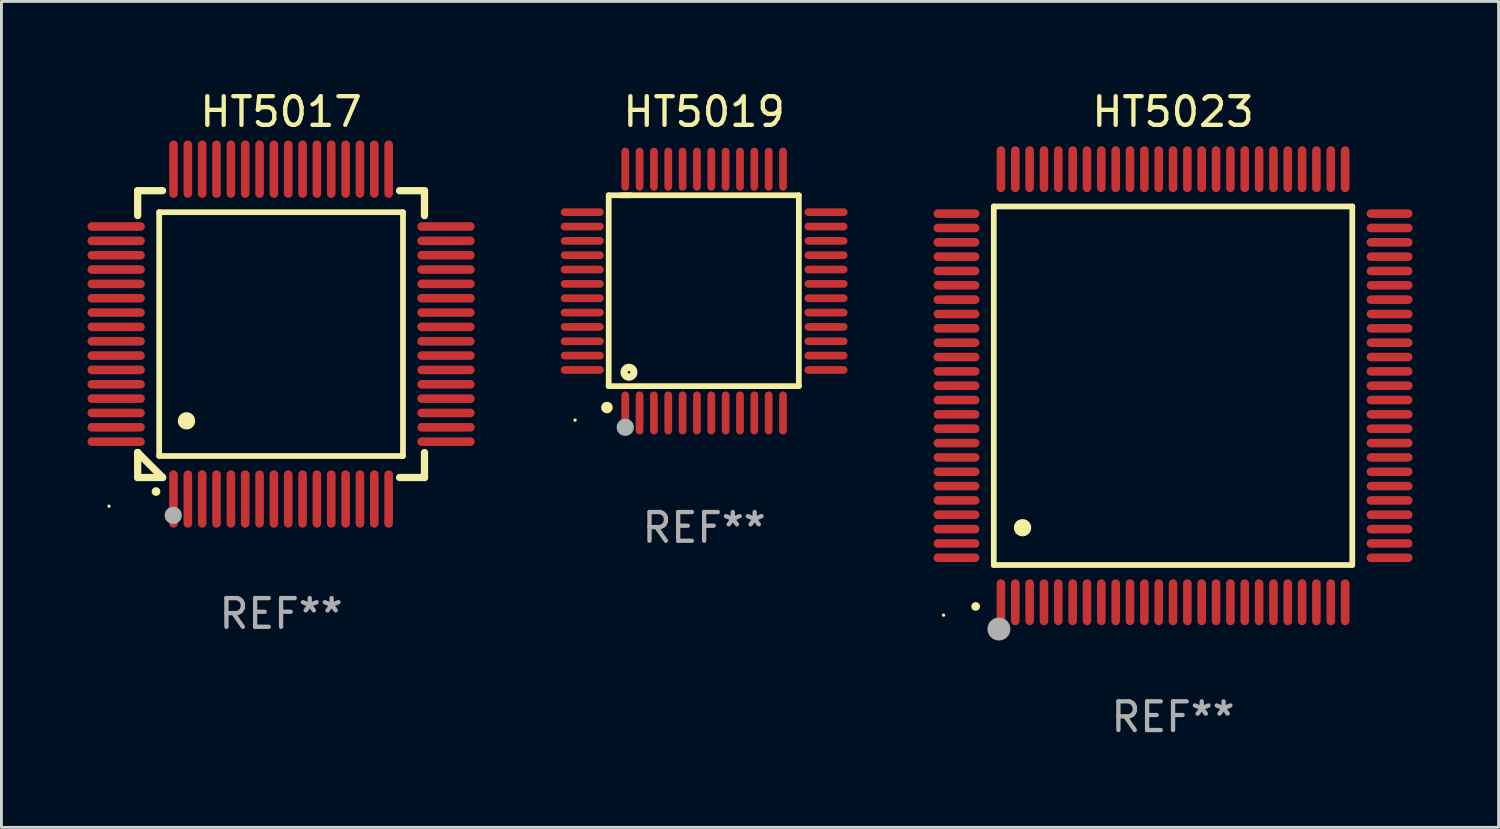
<source format=kicad_pcb>
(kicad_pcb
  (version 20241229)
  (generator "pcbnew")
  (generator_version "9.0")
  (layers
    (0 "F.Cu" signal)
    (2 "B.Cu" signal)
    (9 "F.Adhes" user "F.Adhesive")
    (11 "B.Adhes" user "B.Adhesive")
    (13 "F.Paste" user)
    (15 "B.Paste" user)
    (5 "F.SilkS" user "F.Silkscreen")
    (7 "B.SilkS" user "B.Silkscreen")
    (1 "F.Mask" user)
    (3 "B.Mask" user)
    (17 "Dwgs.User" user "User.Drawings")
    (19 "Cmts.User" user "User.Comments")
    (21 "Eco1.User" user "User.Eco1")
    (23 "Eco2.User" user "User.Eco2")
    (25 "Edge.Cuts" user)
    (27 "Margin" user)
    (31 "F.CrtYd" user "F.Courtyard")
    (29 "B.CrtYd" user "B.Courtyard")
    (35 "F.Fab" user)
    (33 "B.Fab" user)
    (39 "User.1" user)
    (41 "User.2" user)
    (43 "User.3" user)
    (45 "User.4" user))
  (footprint "HT5023"
    (layer "F.Cu")
    (at 37.849 10.398)
    (property "Reference" "HT5023" (at 0 -9.55 0) (layer "F.SilkS") (effects (font (size 1 1) (thickness 0.15))))
    (attr through_hole)
    (fp_line (start -6.25 -6.25) (end -6.25 6.25) (stroke (width 0.2) (type solid)) (layer "F.SilkS"))
    (fp_line (start -6.25 6.25) (end 6.25 6.25) (stroke (width 0.2) (type solid)) (layer "F.SilkS"))
    (fp_line (start 6.25 -6.25) (end -6.25 -6.25) (stroke (width 0.2) (type solid)) (layer "F.SilkS"))
    (fp_line (start 6.25 6.25) (end 6.25 -6.25) (stroke (width 0.2) (type solid)) (layer "F.SilkS"))
    (fp_arc (start -6.883414 7.696215) (mid -6.882144 7.69621) (end -6.880874 7.696215) (stroke (width 0.3) (type solid)) (layer "F.SilkS"))
    (fp_arc (start -5.250191 4.95047) (mid -5.247651 4.950459) (end -5.245111 4.95047) (stroke (width 0.6) (type solid)) (layer "F.SilkS"))
    (fp_circle (center -8 8) (end -7.97 8) (stroke (width 0.06) (type solid)) (fill no) (layer "F.SilkS"))
    (fp_circle (center -6.071 8.484) (end -5.871 8.484) (stroke (width 0.4) (type solid)) (fill no) (layer "F.Fab"))
    (fp_text user "REF**" (at 0 11.55 0) (layer "F.Fab") (effects (font (size 1 1) (thickness 0.15))))
    (pad "1" smd oval (at -6 7.55) (size 0.3 1.6) (layers "F.Cu" "F.Mask" "F.Paste"))
    (pad "2" smd oval (at -5.5 7.55) (size 0.3 1.6) (layers "F.Cu" "F.Mask" "F.Paste"))
    (pad "3" smd oval (at -5 7.55) (size 0.3 1.6) (layers "F.Cu" "F.Mask" "F.Paste"))
    (pad "4" smd oval (at -4.5 7.55) (size 0.3 1.6) (layers "F.Cu" "F.Mask" "F.Paste"))
    (pad "5" smd oval (at -4 7.55) (size 0.3 1.6) (layers "F.Cu" "F.Mask" "F.Paste"))
    (pad "6" smd oval (at -3.5 7.55) (size 0.3 1.6) (layers "F.Cu" "F.Mask" "F.Paste"))
    (pad "7" smd oval (at -3 7.55) (size 0.3 1.6) (layers "F.Cu" "F.Mask" "F.Paste"))
    (pad "8" smd oval (at -2.5 7.55) (size 0.3 1.6) (layers "F.Cu" "F.Mask" "F.Paste"))
    (pad "9" smd oval (at -2 7.55) (size 0.3 1.6) (layers "F.Cu" "F.Mask" "F.Paste"))
    (pad "10" smd oval (at -1.5 7.55) (size 0.3 1.6) (layers "F.Cu" "F.Mask" "F.Paste"))
    (pad "11" smd oval (at -1 7.55) (size 0.3 1.6) (layers "F.Cu" "F.Mask" "F.Paste"))
    (pad "12" smd oval (at -0.5 7.55) (size 0.3 1.6) (layers "F.Cu" "F.Mask" "F.Paste"))
    (pad "13" smd oval (at 0 7.55) (size 0.3 1.6) (layers "F.Cu" "F.Mask" "F.Paste"))
    (pad "14" smd oval (at 0.5 7.55) (size 0.3 1.6) (layers "F.Cu" "F.Mask" "F.Paste"))
    (pad "15" smd oval (at 1 7.55) (size 0.3 1.6) (layers "F.Cu" "F.Mask" "F.Paste"))
    (pad "16" smd oval (at 1.5 7.55) (size 0.3 1.6) (layers "F.Cu" "F.Mask" "F.Paste"))
    (pad "17" smd oval (at 2 7.55) (size 0.3 1.6) (layers "F.Cu" "F.Mask" "F.Paste"))
    (pad "18" smd oval (at 2.5 7.55) (size 0.3 1.6) (layers "F.Cu" "F.Mask" "F.Paste"))
    (pad "19" smd oval (at 3 7.55) (size 0.3 1.6) (layers "F.Cu" "F.Mask" "F.Paste"))
    (pad "20" smd oval (at 3.5 7.55) (size 0.3 1.6) (layers "F.Cu" "F.Mask" "F.Paste"))
    (pad "21" smd oval (at 4 7.55) (size 0.3 1.6) (layers "F.Cu" "F.Mask" "F.Paste"))
    (pad "22" smd oval (at 4.5 7.55) (size 0.3 1.6) (layers "F.Cu" "F.Mask" "F.Paste"))
    (pad "23" smd oval (at 5 7.55) (size 0.3 1.6) (layers "F.Cu" "F.Mask" "F.Paste"))
    (pad "24" smd oval (at 5.5 7.55) (size 0.3 1.6) (layers "F.Cu" "F.Mask" "F.Paste"))
    (pad "25" smd oval (at 6 7.55) (size 0.3 1.6) (layers "F.Cu" "F.Mask" "F.Paste"))
    (pad "26" smd oval (at 7.55 6) (size 1.6 0.3) (layers "F.Cu" "F.Mask" "F.Paste"))
    (pad "27" smd oval (at 7.55 5.5) (size 1.6 0.3) (layers "F.Cu" "F.Mask" "F.Paste"))
    (pad "28" smd oval (at 7.55 5) (size 1.6 0.3) (layers "F.Cu" "F.Mask" "F.Paste"))
    (pad "29" smd oval (at 7.55 4.5) (size 1.6 0.3) (layers "F.Cu" "F.Mask" "F.Paste"))
    (pad "30" smd oval (at 7.55 4) (size 1.6 0.3) (layers "F.Cu" "F.Mask" "F.Paste"))
    (pad "31" smd oval (at 7.55 3.5) (size 1.6 0.3) (layers "F.Cu" "F.Mask" "F.Paste"))
    (pad "32" smd oval (at 7.55 3) (size 1.6 0.3) (layers "F.Cu" "F.Mask" "F.Paste"))
    (pad "33" smd oval (at 7.55 2.5) (size 1.6 0.3) (layers "F.Cu" "F.Mask" "F.Paste"))
    (pad "34" smd oval (at 7.55 2) (size 1.6 0.3) (layers "F.Cu" "F.Mask" "F.Paste"))
    (pad "35" smd oval (at 7.55 1.5) (size 1.6 0.3) (layers "F.Cu" "F.Mask" "F.Paste"))
    (pad "36" smd oval (at 7.55 1) (size 1.6 0.3) (layers "F.Cu" "F.Mask" "F.Paste"))
    (pad "37" smd oval (at 7.55 0.5) (size 1.6 0.3) (layers "F.Cu" "F.Mask" "F.Paste"))
    (pad "38" smd oval (at 7.55 0) (size 1.6 0.3) (layers "F.Cu" "F.Mask" "F.Paste"))
    (pad "39" smd oval (at 7.55 -0.5) (size 1.6 0.3) (layers "F.Cu" "F.Mask" "F.Paste"))
    (pad "40" smd oval (at 7.55 -1) (size 1.6 0.3) (layers "F.Cu" "F.Mask" "F.Paste"))
    (pad "41" smd oval (at 7.55 -1.5) (size 1.6 0.3) (layers "F.Cu" "F.Mask" "F.Paste"))
    (pad "42" smd oval (at 7.55 -2) (size 1.6 0.3) (layers "F.Cu" "F.Mask" "F.Paste"))
    (pad "43" smd oval (at 7.55 -2.5) (size 1.6 0.3) (layers "F.Cu" "F.Mask" "F.Paste"))
    (pad "44" smd oval (at 7.55 -3) (size 1.6 0.3) (layers "F.Cu" "F.Mask" "F.Paste"))
    (pad "45" smd oval (at 7.55 -3.5) (size 1.6 0.3) (layers "F.Cu" "F.Mask" "F.Paste"))
    (pad "46" smd oval (at 7.55 -4) (size 1.6 0.3) (layers "F.Cu" "F.Mask" "F.Paste"))
    (pad "47" smd oval (at 7.55 -4.5) (size 1.6 0.3) (layers "F.Cu" "F.Mask" "F.Paste"))
    (pad "48" smd oval (at 7.55 -5) (size 1.6 0.3) (layers "F.Cu" "F.Mask" "F.Paste"))
    (pad "49" smd oval (at 7.55 -5.5) (size 1.6 0.3) (layers "F.Cu" "F.Mask" "F.Paste"))
    (pad "50" smd oval (at 7.55 -6) (size 1.6 0.3) (layers "F.Cu" "F.Mask" "F.Paste"))
    (pad "51" smd oval (at 6 -7.55) (size 0.3 1.6) (layers "F.Cu" "F.Mask" "F.Paste"))
    (pad "52" smd oval (at 5.5 -7.55) (size 0.3 1.6) (layers "F.Cu" "F.Mask" "F.Paste"))
    (pad "53" smd oval (at 5 -7.55) (size 0.3 1.6) (layers "F.Cu" "F.Mask" "F.Paste"))
    (pad "54" smd oval (at 4.5 -7.55) (size 0.3 1.6) (layers "F.Cu" "F.Mask" "F.Paste"))
    (pad "55" smd oval (at 4 -7.55) (size 0.3 1.6) (layers "F.Cu" "F.Mask" "F.Paste"))
    (pad "56" smd oval (at 3.5 -7.55) (size 0.3 1.6) (layers "F.Cu" "F.Mask" "F.Paste"))
    (pad "57" smd oval (at 3 -7.55) (size 0.3 1.6) (layers "F.Cu" "F.Mask" "F.Paste"))
    (pad "58" smd oval (at 2.5 -7.55) (size 0.3 1.6) (layers "F.Cu" "F.Mask" "F.Paste"))
    (pad "59" smd oval (at 2 -7.55) (size 0.3 1.6) (layers "F.Cu" "F.Mask" "F.Paste"))
    (pad "60" smd oval (at 1.5 -7.55) (size 0.3 1.6) (layers "F.Cu" "F.Mask" "F.Paste"))
    (pad "61" smd oval (at 1 -7.55) (size 0.3 1.6) (layers "F.Cu" "F.Mask" "F.Paste"))
    (pad "62" smd oval (at 0.5 -7.55) (size 0.3 1.6) (layers "F.Cu" "F.Mask" "F.Paste"))
    (pad "63" smd oval (at 0 -7.55) (size 0.3 1.6) (layers "F.Cu" "F.Mask" "F.Paste"))
    (pad "64" smd oval (at -0.5 -7.55) (size 0.3 1.6) (layers "F.Cu" "F.Mask" "F.Paste"))
    (pad "65" smd oval (at -1 -7.55) (size 0.3 1.6) (layers "F.Cu" "F.Mask" "F.Paste"))
    (pad "66" smd oval (at -1.5 -7.55) (size 0.3 1.6) (layers "F.Cu" "F.Mask" "F.Paste"))
    (pad "67" smd oval (at -2 -7.55) (size 0.3 1.6) (layers "F.Cu" "F.Mask" "F.Paste"))
    (pad "68" smd oval (at -2.5 -7.55) (size 0.3 1.6) (layers "F.Cu" "F.Mask" "F.Paste"))
    (pad "69" smd oval (at -3 -7.55) (size 0.3 1.6) (layers "F.Cu" "F.Mask" "F.Paste"))
    (pad "70" smd oval (at -3.5 -7.55) (size 0.3 1.6) (layers "F.Cu" "F.Mask" "F.Paste"))
    (pad "71" smd oval (at -4 -7.55) (size 0.3 1.6) (layers "F.Cu" "F.Mask" "F.Paste"))
    (pad "72" smd oval (at -4.5 -7.55) (size 0.3 1.6) (layers "F.Cu" "F.Mask" "F.Paste"))
    (pad "73" smd oval (at -5 -7.55) (size 0.3 1.6) (layers "F.Cu" "F.Mask" "F.Paste"))
    (pad "74" smd oval (at -5.5 -7.55) (size 0.3 1.6) (layers "F.Cu" "F.Mask" "F.Paste"))
    (pad "75" smd oval (at -6 -7.55) (size 0.3 1.6) (layers "F.Cu" "F.Mask" "F.Paste"))
    (pad "76" smd oval (at -7.55 -6) (size 1.6 0.3) (layers "F.Cu" "F.Mask" "F.Paste"))
    (pad "77" smd oval (at -7.55 -5.5) (size 1.6 0.3) (layers "F.Cu" "F.Mask" "F.Paste"))
    (pad "78" smd oval (at -7.55 -5) (size 1.6 0.3) (layers "F.Cu" "F.Mask" "F.Paste"))
    (pad "79" smd oval (at -7.55 -4.5) (size 1.6 0.3) (layers "F.Cu" "F.Mask" "F.Paste"))
    (pad "80" smd oval (at -7.55 -4) (size 1.6 0.3) (layers "F.Cu" "F.Mask" "F.Paste"))
    (pad "81" smd oval (at -7.55 -3.5) (size 1.6 0.3) (layers "F.Cu" "F.Mask" "F.Paste"))
    (pad "82" smd oval (at -7.55 -3) (size 1.6 0.3) (layers "F.Cu" "F.Mask" "F.Paste"))
    (pad "83" smd oval (at -7.55 -2.5) (size 1.6 0.3) (layers "F.Cu" "F.Mask" "F.Paste"))
    (pad "84" smd oval (at -7.55 -2) (size 1.6 0.3) (layers "F.Cu" "F.Mask" "F.Paste"))
    (pad "85" smd oval (at -7.55 -1.5) (size 1.6 0.3) (layers "F.Cu" "F.Mask" "F.Paste"))
    (pad "86" smd oval (at -7.55 -1) (size 1.6 0.3) (layers "F.Cu" "F.Mask" "F.Paste"))
    (pad "87" smd oval (at -7.55 -0.5) (size 1.6 0.3) (layers "F.Cu" "F.Mask" "F.Paste"))
    (pad "88" smd oval (at -7.55 0) (size 1.6 0.3) (layers "F.Cu" "F.Mask" "F.Paste"))
    (pad "89" smd oval (at -7.55 0.5) (size 1.6 0.3) (layers "F.Cu" "F.Mask" "F.Paste"))
    (pad "90" smd oval (at -7.55 1) (size 1.6 0.3) (layers "F.Cu" "F.Mask" "F.Paste"))
    (pad "91" smd oval (at -7.55 1.5) (size 1.6 0.3) (layers "F.Cu" "F.Mask" "F.Paste"))
    (pad "92" smd oval (at -7.55 2) (size 1.6 0.3) (layers "F.Cu" "F.Mask" "F.Paste"))
    (pad "93" smd oval (at -7.55 2.5) (size 1.6 0.3) (layers "F.Cu" "F.Mask" "F.Paste"))
    (pad "94" smd oval (at -7.55 3) (size 1.6 0.3) (layers "F.Cu" "F.Mask" "F.Paste"))
    (pad "95" smd oval (at -7.55 3.5) (size 1.6 0.3) (layers "F.Cu" "F.Mask" "F.Paste"))
    (pad "96" smd oval (at -7.55 4) (size 1.6 0.3) (layers "F.Cu" "F.Mask" "F.Paste"))
    (pad "97" smd oval (at -7.55 4.5) (size 1.6 0.3) (layers "F.Cu" "F.Mask" "F.Paste"))
    (pad "98" smd oval (at -7.55 5) (size 1.6 0.3) (layers "F.Cu" "F.Mask" "F.Paste"))
    (pad "99" smd oval (at -7.55 5.5) (size 1.6 0.3) (layers "F.Cu" "F.Mask" "F.Paste"))
    (pad "100" smd oval (at -7.55 6) (size 1.6 0.3) (layers "F.Cu" "F.Mask" "F.Paste")))
  (footprint "HT5017"
    (layer "F.Cu")
    (at 6.75 8.598)
    (property "Reference" "HT5017" (at 0 -7.75 0) (layer "F.SilkS") (effects (font (size 1 1) (thickness 0.15))))
    (attr through_hole)
    (fp_line (start -5 -5) (end -4.131 -5) (stroke (width 0.254) (type solid)) (layer "F.SilkS"))
    (fp_line (start -5 -4.131) (end -5 -5) (stroke (width 0.254) (type solid)) (layer "F.SilkS"))
    (fp_line (start -5 4.131) (end -5 4.131) (stroke (width 0.254) (type solid)) (layer "F.SilkS"))
    (fp_line (start -5 5) (end -5 4.131) (stroke (width 0.254) (type solid)) (layer "F.SilkS"))
    (fp_line (start -5 4.131) (end -4.131 5) (stroke (width 0.254) (type solid)) (layer "F.SilkS"))
    (fp_line (start -4.25 -4.25) (end -4.25 4.25) (stroke (width 0.2) (type solid)) (layer "F.SilkS"))
    (fp_line (start -4.25 4.25) (end 4.25 4.25) (stroke (width 0.2) (type solid)) (layer "F.SilkS"))
    (fp_line (start -4.131 5) (end -5 5) (stroke (width 0.254) (type solid)) (layer "F.SilkS"))
    (fp_line (start 4.25 -4.25) (end -4.25 -4.25) (stroke (width 0.2) (type solid)) (layer "F.SilkS"))
    (fp_line (start 4.25 4.25) (end 4.25 -4.25) (stroke (width 0.2) (type solid)) (layer "F.SilkS"))
    (fp_line (start 5 -5) (end 4.131 -5) (stroke (width 0.254) (type solid)) (layer "F.SilkS"))
    (fp_line (start 5 -5) (end 5 -4.131) (stroke (width 0.254) (type solid)) (layer "F.SilkS"))
    (fp_line (start 5 4.131) (end 5 5) (stroke (width 0.254) (type solid)) (layer "F.SilkS"))
    (fp_line (start 5 5) (end 4.131 5) (stroke (width 0.254) (type solid)) (layer "F.SilkS"))
    (fp_arc (start -4.361265 5.489992) (mid -4.359995 5.489987) (end -4.358725 5.489992) (stroke (width 0.3) (type solid)) (layer "F.SilkS"))
    (fp_arc (start -3.299467 3.025146) (mid -3.296927 3.025135) (end -3.294387 3.025146) (stroke (width 0.6) (type solid)) (layer "F.SilkS"))
    (fp_circle (center -6 6) (end -5.97 6) (stroke (width 0.06) (type solid)) (fill no) (layer "F.SilkS"))
    (fp_circle (center -3.76 6.32) (end -3.61 6.32) (stroke (width 0.3) (type solid)) (fill no) (layer "F.Fab"))
    (fp_text user "REF**" (at 0 9.75 0) (layer "F.Fab") (effects (font (size 1 1) (thickness 0.15))))
    (pad "1" smd oval (at -3.75 5.75) (size 0.3 2) (layers "F.Cu" "F.Mask" "F.Paste"))
    (pad "2" smd oval (at -3.25 5.75) (size 0.3 2) (layers "F.Cu" "F.Mask" "F.Paste"))
    (pad "3" smd oval (at -2.75 5.75) (size 0.3 2) (layers "F.Cu" "F.Mask" "F.Paste"))
    (pad "4" smd oval (at -2.25 5.75) (size 0.3 2) (layers "F.Cu" "F.Mask" "F.Paste"))
    (pad "5" smd oval (at -1.75 5.75) (size 0.3 2) (layers "F.Cu" "F.Mask" "F.Paste"))
    (pad "6" smd oval (at -1.25 5.75) (size 0.3 2) (layers "F.Cu" "F.Mask" "F.Paste"))
    (pad "7" smd oval (at -0.75 5.75) (size 0.3 2) (layers "F.Cu" "F.Mask" "F.Paste"))
    (pad "8" smd oval (at -0.25 5.75) (size 0.3 2) (layers "F.Cu" "F.Mask" "F.Paste"))
    (pad "9" smd oval (at 0.25 5.75) (size 0.3 2) (layers "F.Cu" "F.Mask" "F.Paste"))
    (pad "10" smd oval (at 0.75 5.75) (size 0.3 2) (layers "F.Cu" "F.Mask" "F.Paste"))
    (pad "11" smd oval (at 1.25 5.75) (size 0.3 2) (layers "F.Cu" "F.Mask" "F.Paste"))
    (pad "12" smd oval (at 1.75 5.75) (size 0.3 2) (layers "F.Cu" "F.Mask" "F.Paste"))
    (pad "13" smd oval (at 2.25 5.75) (size 0.3 2) (layers "F.Cu" "F.Mask" "F.Paste"))
    (pad "14" smd oval (at 2.75 5.75) (size 0.3 2) (layers "F.Cu" "F.Mask" "F.Paste"))
    (pad "15" smd oval (at 3.25 5.75) (size 0.3 2) (layers "F.Cu" "F.Mask" "F.Paste"))
    (pad "16" smd oval (at 3.75 5.75) (size 0.3 2) (layers "F.Cu" "F.Mask" "F.Paste"))
    (pad "17" smd oval (at 5.75 3.75) (size 2 0.3) (layers "F.Cu" "F.Mask" "F.Paste"))
    (pad "18" smd oval (at 5.75 3.25) (size 2 0.3) (layers "F.Cu" "F.Mask" "F.Paste"))
    (pad "19" smd oval (at 5.75 2.75) (size 2 0.3) (layers "F.Cu" "F.Mask" "F.Paste"))
    (pad "20" smd oval (at 5.75 2.25) (size 2 0.3) (layers "F.Cu" "F.Mask" "F.Paste"))
    (pad "21" smd oval (at 5.75 1.75) (size 2 0.3) (layers "F.Cu" "F.Mask" "F.Paste"))
    (pad "22" smd oval (at 5.75 1.25) (size 2 0.3) (layers "F.Cu" "F.Mask" "F.Paste"))
    (pad "23" smd oval (at 5.75 0.75) (size 2 0.3) (layers "F.Cu" "F.Mask" "F.Paste"))
    (pad "24" smd oval (at 5.75 0.25) (size 2 0.3) (layers "F.Cu" "F.Mask" "F.Paste"))
    (pad "25" smd oval (at 5.75 -0.25) (size 2 0.3) (layers "F.Cu" "F.Mask" "F.Paste"))
    (pad "26" smd oval (at 5.75 -0.75) (size 2 0.3) (layers "F.Cu" "F.Mask" "F.Paste"))
    (pad "27" smd oval (at 5.75 -1.25) (size 2 0.3) (layers "F.Cu" "F.Mask" "F.Paste"))
    (pad "28" smd oval (at 5.75 -1.75) (size 2 0.3) (layers "F.Cu" "F.Mask" "F.Paste"))
    (pad "29" smd oval (at 5.75 -2.25) (size 2 0.3) (layers "F.Cu" "F.Mask" "F.Paste"))
    (pad "30" smd oval (at 5.75 -2.75) (size 2 0.3) (layers "F.Cu" "F.Mask" "F.Paste"))
    (pad "31" smd oval (at 5.75 -3.25) (size 2 0.3) (layers "F.Cu" "F.Mask" "F.Paste"))
    (pad "32" smd oval (at 5.75 -3.75) (size 2 0.3) (layers "F.Cu" "F.Mask" "F.Paste"))
    (pad "33" smd oval (at 3.75 -5.75) (size 0.3 2) (layers "F.Cu" "F.Mask" "F.Paste"))
    (pad "34" smd oval (at 3.25 -5.75) (size 0.3 2) (layers "F.Cu" "F.Mask" "F.Paste"))
    (pad "35" smd oval (at 2.75 -5.75) (size 0.3 2) (layers "F.Cu" "F.Mask" "F.Paste"))
    (pad "36" smd oval (at 2.25 -5.75) (size 0.3 2) (layers "F.Cu" "F.Mask" "F.Paste"))
    (pad "37" smd oval (at 1.75 -5.75) (size 0.3 2) (layers "F.Cu" "F.Mask" "F.Paste"))
    (pad "38" smd oval (at 1.25 -5.75) (size 0.3 2) (layers "F.Cu" "F.Mask" "F.Paste"))
    (pad "39" smd oval (at 0.75 -5.75) (size 0.3 2) (layers "F.Cu" "F.Mask" "F.Paste"))
    (pad "40" smd oval (at 0.25 -5.75) (size 0.3 2) (layers "F.Cu" "F.Mask" "F.Paste"))
    (pad "41" smd oval (at -0.25 -5.75) (size 0.3 2) (layers "F.Cu" "F.Mask" "F.Paste"))
    (pad "42" smd oval (at -0.75 -5.75) (size 0.3 2) (layers "F.Cu" "F.Mask" "F.Paste"))
    (pad "43" smd oval (at -1.25 -5.75) (size 0.3 2) (layers "F.Cu" "F.Mask" "F.Paste"))
    (pad "44" smd oval (at -1.75 -5.75) (size 0.3 2) (layers "F.Cu" "F.Mask" "F.Paste"))
    (pad "45" smd oval (at -2.25 -5.75) (size 0.3 2) (layers "F.Cu" "F.Mask" "F.Paste"))
    (pad "46" smd oval (at -2.75 -5.75) (size 0.3 2) (layers "F.Cu" "F.Mask" "F.Paste"))
    (pad "47" smd oval (at -3.25 -5.75) (size 0.3 2) (layers "F.Cu" "F.Mask" "F.Paste"))
    (pad "48" smd oval (at -3.75 -5.75) (size 0.3 2) (layers "F.Cu" "F.Mask" "F.Paste"))
    (pad "49" smd oval (at -5.75 -3.75) (size 2 0.3) (layers "F.Cu" "F.Mask" "F.Paste"))
    (pad "50" smd oval (at -5.75 -3.25) (size 2 0.3) (layers "F.Cu" "F.Mask" "F.Paste"))
    (pad "51" smd oval (at -5.75 -2.75) (size 2 0.3) (layers "F.Cu" "F.Mask" "F.Paste"))
    (pad "52" smd oval (at -5.75 -2.25) (size 2 0.3) (layers "F.Cu" "F.Mask" "F.Paste"))
    (pad "53" smd oval (at -5.75 -1.75) (size 2 0.3) (layers "F.Cu" "F.Mask" "F.Paste"))
    (pad "54" smd oval (at -5.75 -1.25) (size 2 0.3) (layers "F.Cu" "F.Mask" "F.Paste"))
    (pad "55" smd oval (at -5.75 -0.75) (size 2 0.3) (layers "F.Cu" "F.Mask" "F.Paste"))
    (pad "56" smd oval (at -5.75 -0.25) (size 2 0.3) (layers "F.Cu" "F.Mask" "F.Paste"))
    (pad "57" smd oval (at -5.75 0.25) (size 2 0.3) (layers "F.Cu" "F.Mask" "F.Paste"))
    (pad "58" smd oval (at -5.75 0.75) (size 2 0.3) (layers "F.Cu" "F.Mask" "F.Paste"))
    (pad "59" smd oval (at -5.75 1.25) (size 2 0.3) (layers "F.Cu" "F.Mask" "F.Paste"))
    (pad "60" smd oval (at -5.75 1.75) (size 2 0.3) (layers "F.Cu" "F.Mask" "F.Paste"))
    (pad "61" smd oval (at -5.75 2.25) (size 2 0.3) (layers "F.Cu" "F.Mask" "F.Paste"))
    (pad "62" smd oval (at -5.75 2.75) (size 2 0.3) (layers "F.Cu" "F.Mask" "F.Paste"))
    (pad "63" smd oval (at -5.75 3.25) (size 2 0.3) (layers "F.Cu" "F.Mask" "F.Paste"))
    (pad "64" smd oval (at -5.75 3.75) (size 2 0.3) (layers "F.Cu" "F.Mask" "F.Paste")))
  (footprint "HT5019"
    (layer "F.Cu")
    (at 21.5 7.098)
    (property "Reference" "HT5019" (at 0 -6.25 0) (layer "F.SilkS") (effects (font (size 1 1) (thickness 0.15))))
    (attr through_hole)
    (fp_line (start -3.327 -3.34) (end -2.565 -3.34) (stroke (width 0.2) (type solid)) (layer "F.SilkS"))
    (fp_line (start -3.327 3.315) (end -3.327 -3.34) (stroke (width 0.2) (type solid)) (layer "F.SilkS"))
    (fp_line (start -2.896 -3.34) (end 3.302 -3.34) (stroke (width 0.2) (type solid)) (layer "F.SilkS"))
    (fp_line (start 3.302 -3.34) (end 3.302 3.315) (stroke (width 0.2) (type solid)) (layer "F.SilkS"))
    (fp_line (start 3.302 3.315) (end -3.327 3.315) (stroke (width 0.2) (type solid)) (layer "F.SilkS"))
    (fp_arc (start -3.389992 4.059995) (mid -3.388722 4.059991) (end -3.387452 4.059995) (stroke (width 0.4) (type solid)) (layer "F.SilkS"))
    (fp_circle (center -4.5 4.5) (end -4.47 4.5) (stroke (width 0.06) (type solid)) (fill no) (layer "F.SilkS"))
    (fp_circle (center -2.62 2.83) (end -2.45 2.83) (stroke (width 0.254) (type solid)) (fill no) (layer "F.SilkS"))
    (fp_circle (center -2.75 4.75) (end -2.6 4.75) (stroke (width 0.3) (type solid)) (fill no) (layer "F.Fab"))
    (fp_text user "REF**" (at 0 8.25 0) (layer "F.Fab") (effects (font (size 1 1) (thickness 0.15))))
    (pad "1" smd oval (at -2.75 4.25) (size 0.27 1.5) (layers "F.Cu" "F.Mask" "F.Paste"))
    (pad "2" smd oval (at -2.25 4.25) (size 0.27 1.5) (layers "F.Cu" "F.Mask" "F.Paste"))
    (pad "3" smd oval (at -1.75 4.25) (size 0.27 1.5) (layers "F.Cu" "F.Mask" "F.Paste"))
    (pad "4" smd oval (at -1.25 4.25) (size 0.27 1.5) (layers "F.Cu" "F.Mask" "F.Paste"))
    (pad "5" smd oval (at -0.75 4.25) (size 0.27 1.5) (layers "F.Cu" "F.Mask" "F.Paste"))
    (pad "6" smd oval (at -0.25 4.25) (size 0.27 1.5) (layers "F.Cu" "F.Mask" "F.Paste"))
    (pad "7" smd oval (at 0.25 4.25) (size 0.27 1.5) (layers "F.Cu" "F.Mask" "F.Paste"))
    (pad "8" smd oval (at 0.75 4.25) (size 0.27 1.5) (layers "F.Cu" "F.Mask" "F.Paste"))
    (pad "9" smd oval (at 1.25 4.25) (size 0.27 1.5) (layers "F.Cu" "F.Mask" "F.Paste"))
    (pad "10" smd oval (at 1.75 4.25) (size 0.27 1.5) (layers "F.Cu" "F.Mask" "F.Paste"))
    (pad "11" smd oval (at 2.25 4.25) (size 0.27 1.5) (layers "F.Cu" "F.Mask" "F.Paste"))
    (pad "12" smd oval (at 2.75 4.25) (size 0.27 1.5) (layers "F.Cu" "F.Mask" "F.Paste"))
    (pad "13" smd oval (at 4.25 2.75) (size 1.5 0.27) (layers "F.Cu" "F.Mask" "F.Paste"))
    (pad "14" smd oval (at 4.25 2.25) (size 1.5 0.27) (layers "F.Cu" "F.Mask" "F.Paste"))
    (pad "15" smd oval (at 4.25 1.75) (size 1.5 0.27) (layers "F.Cu" "F.Mask" "F.Paste"))
    (pad "16" smd oval (at 4.25 1.25) (size 1.5 0.27) (layers "F.Cu" "F.Mask" "F.Paste"))
    (pad "17" smd oval (at 4.25 0.75) (size 1.5 0.27) (layers "F.Cu" "F.Mask" "F.Paste"))
    (pad "18" smd oval (at 4.25 0.25) (size 1.5 0.27) (layers "F.Cu" "F.Mask" "F.Paste"))
    (pad "19" smd oval (at 4.25 -0.25) (size 1.5 0.27) (layers "F.Cu" "F.Mask" "F.Paste"))
    (pad "20" smd oval (at 4.25 -0.75) (size 1.5 0.27) (layers "F.Cu" "F.Mask" "F.Paste"))
    (pad "21" smd oval (at 4.25 -1.25) (size 1.5 0.27) (layers "F.Cu" "F.Mask" "F.Paste"))
    (pad "22" smd oval (at 4.25 -1.75) (size 1.5 0.27) (layers "F.Cu" "F.Mask" "F.Paste"))
    (pad "23" smd oval (at 4.25 -2.25) (size 1.5 0.27) (layers "F.Cu" "F.Mask" "F.Paste"))
    (pad "24" smd oval (at 4.25 -2.75) (size 1.5 0.27) (layers "F.Cu" "F.Mask" "F.Paste"))
    (pad "25" smd oval (at 2.75 -4.25) (size 0.27 1.5) (layers "F.Cu" "F.Mask" "F.Paste"))
    (pad "26" smd oval (at 2.25 -4.25) (size 0.27 1.5) (layers "F.Cu" "F.Mask" "F.Paste"))
    (pad "27" smd oval (at 1.75 -4.25) (size 0.27 1.5) (layers "F.Cu" "F.Mask" "F.Paste"))
    (pad "28" smd oval (at 1.25 -4.25) (size 0.27 1.5) (layers "F.Cu" "F.Mask" "F.Paste"))
    (pad "29" smd oval (at 0.75 -4.25) (size 0.27 1.5) (layers "F.Cu" "F.Mask" "F.Paste"))
    (pad "30" smd oval (at 0.25 -4.25) (size 0.27 1.5) (layers "F.Cu" "F.Mask" "F.Paste"))
    (pad "31" smd oval (at -0.25 -4.25) (size 0.27 1.5) (layers "F.Cu" "F.Mask" "F.Paste"))
    (pad "32" smd oval (at -0.75 -4.25) (size 0.27 1.5) (layers "F.Cu" "F.Mask" "F.Paste"))
    (pad "33" smd oval (at -1.25 -4.25) (size 0.27 1.5) (layers "F.Cu" "F.Mask" "F.Paste"))
    (pad "34" smd oval (at -1.75 -4.25) (size 0.27 1.5) (layers "F.Cu" "F.Mask" "F.Paste"))
    (pad "35" smd oval (at -2.25 -4.25) (size 0.27 1.5) (layers "F.Cu" "F.Mask" "F.Paste"))
    (pad "36" smd oval (at -2.75 -4.25) (size 0.27 1.5) (layers "F.Cu" "F.Mask" "F.Paste"))
    (pad "37" smd oval (at -4.25 -2.75) (size 1.5 0.27) (layers "F.Cu" "F.Mask" "F.Paste"))
    (pad "38" smd oval (at -4.25 -2.25) (size 1.5 0.27) (layers "F.Cu" "F.Mask" "F.Paste"))
    (pad "39" smd oval (at -4.25 -1.75) (size 1.5 0.27) (layers "F.Cu" "F.Mask" "F.Paste"))
    (pad "40" smd oval (at -4.25 -1.25) (size 1.5 0.27) (layers "F.Cu" "F.Mask" "F.Paste"))
    (pad "41" smd oval (at -4.25 -0.75) (size 1.5 0.27) (layers "F.Cu" "F.Mask" "F.Paste"))
    (pad "42" smd oval (at -4.25 -0.25) (size 1.5 0.27) (layers "F.Cu" "F.Mask" "F.Paste"))
    (pad "43" smd oval (at -4.25 0.25) (size 1.5 0.27) (layers "F.Cu" "F.Mask" "F.Paste"))
    (pad "44" smd oval (at -4.25 0.75) (size 1.5 0.27) (layers "F.Cu" "F.Mask" "F.Paste"))
    (pad "45" smd oval (at -4.25 1.25) (size 1.5 0.27) (layers "F.Cu" "F.Mask" "F.Paste"))
    (pad "46" smd oval (at -4.25 1.75) (size 1.5 0.27) (layers "F.Cu" "F.Mask" "F.Paste"))
    (pad "47" smd oval (at -4.25 2.25) (size 1.5 0.27) (layers "F.Cu" "F.Mask" "F.Paste"))
    (pad "48" smd oval (at -4.25 2.75) (size 1.5 0.27) (layers "F.Cu" "F.Mask" "F.Paste")))
  (gr_rect
    (start -3 -3)
    (end 49.199 25.796)
    (stroke (width 0.1) (type default))
    (fill no)
    (layer "Edge.Cuts")))
</source>
